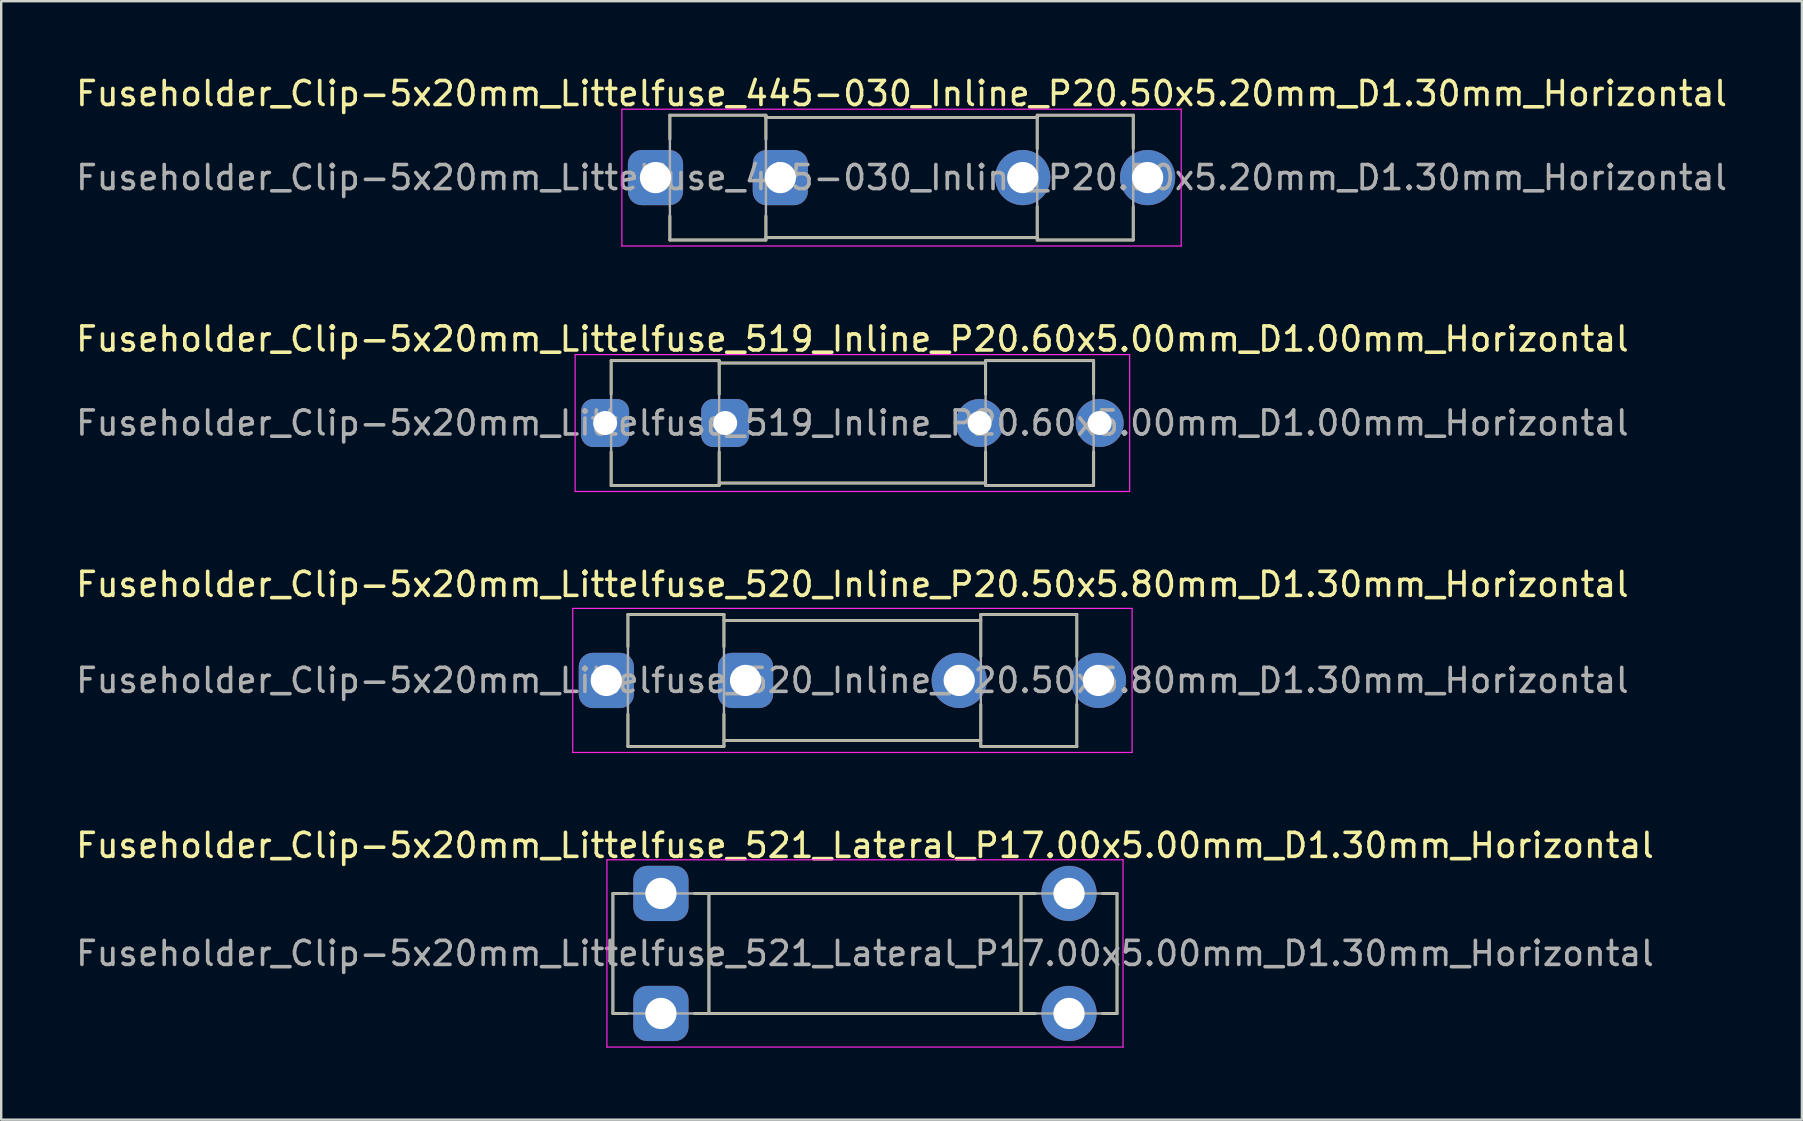
<source format=kicad_pcb>
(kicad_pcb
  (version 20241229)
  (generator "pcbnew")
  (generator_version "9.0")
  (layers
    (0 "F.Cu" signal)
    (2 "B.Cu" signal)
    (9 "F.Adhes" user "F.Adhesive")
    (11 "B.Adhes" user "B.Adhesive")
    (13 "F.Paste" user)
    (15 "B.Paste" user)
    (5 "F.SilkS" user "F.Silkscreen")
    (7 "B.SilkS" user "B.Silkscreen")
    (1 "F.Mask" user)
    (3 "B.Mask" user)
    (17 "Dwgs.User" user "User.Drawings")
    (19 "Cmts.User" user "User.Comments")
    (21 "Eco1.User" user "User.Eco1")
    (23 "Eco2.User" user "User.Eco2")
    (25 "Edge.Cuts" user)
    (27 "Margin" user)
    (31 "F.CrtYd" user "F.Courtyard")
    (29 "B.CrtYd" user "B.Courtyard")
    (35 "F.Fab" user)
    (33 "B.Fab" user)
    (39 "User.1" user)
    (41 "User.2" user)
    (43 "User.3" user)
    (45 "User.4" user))
  (footprint "Fuseholder_Clip-5x20mm_Littelfuse_519_Inline_P20.60x5.00mm_D1.00mm_Horizontal"
    (layer "F.Cu")
    (at 22.158 14.572)
    (property "Reference" "Fuseholder_Clip-5x20mm_Littelfuse_519_Inline_P20.60x5.00mm_D1.00mm_Horizontal" (at 10.3 -3.5 0) (layer "F.SilkS") (effects (font (size 1 1) (thickness 0.15))))
    (attr through_hole)
    (fp_line (start 0.25 -2.6) (end 0.25 -1.2) (stroke (width 0.12) (type solid)) (layer "F.SilkS"))
    (fp_line (start 0.25 2.6) (end 0.25 1.2) (stroke (width 0.12) (type solid)) (layer "F.SilkS"))
    (fp_line (start 4.75 -2.6) (end 0.25 -2.6) (stroke (width 0.12) (type solid)) (layer "F.SilkS"))
    (fp_line (start 4.75 -2.6) (end 4.75 -1.2) (stroke (width 0.12) (type solid)) (layer "F.SilkS"))
    (fp_line (start 4.75 2.6) (end 0.25 2.6) (stroke (width 0.12) (type solid)) (layer "F.SilkS"))
    (fp_line (start 4.75 2.6) (end 4.75 1.2) (stroke (width 0.12) (type solid)) (layer "F.SilkS"))
    (fp_line (start 15.85 -2.6) (end 15.85 -1.2) (stroke (width 0.12) (type solid)) (layer "F.SilkS"))
    (fp_line (start 15.85 -2.5) (end 4.75 -2.5) (stroke (width 0.12) (type solid)) (layer "F.SilkS"))
    (fp_line (start 15.85 2.5) (end 4.75 2.5) (stroke (width 0.12) (type solid)) (layer "F.SilkS"))
    (fp_line (start 15.85 2.6) (end 15.85 1.2) (stroke (width 0.12) (type solid)) (layer "F.SilkS"))
    (fp_line (start 15.85 2.6) (end 20.35 2.6) (stroke (width 0.12) (type solid)) (layer "F.SilkS"))
    (fp_line (start 20.35 -2.6) (end 15.85 -2.6) (stroke (width 0.12) (type solid)) (layer "F.SilkS"))
    (fp_line (start 20.35 -1.2) (end 20.35 -2.6) (stroke (width 0.12) (type solid)) (layer "F.SilkS"))
    (fp_line (start 20.35 1.2) (end 20.35 2.6) (stroke (width 0.12) (type solid)) (layer "F.SilkS"))
    (fp_line (start -1.25 -2.85) (end -1.25 2.85) (stroke (width 0.05) (type solid)) (layer "F.CrtYd"))
    (fp_line (start -1.25 -2.85) (end 21.85 -2.85) (stroke (width 0.05) (type solid)) (layer "F.CrtYd"))
    (fp_line (start 21.85 2.85) (end -1.25 2.85) (stroke (width 0.05) (type solid)) (layer "F.CrtYd"))
    (fp_line (start 21.85 2.85) (end 21.85 -2.85) (stroke (width 0.05) (type solid)) (layer "F.CrtYd"))
    (fp_line (start 0.25 -2.6) (end 4.75 -2.6) (stroke (width 0.1) (type solid)) (layer "F.Fab"))
    (fp_line (start 0.25 2.6) (end 0.25 -2.6) (stroke (width 0.1) (type solid)) (layer "F.Fab"))
    (fp_line (start 4.75 -2.6) (end 4.75 2.6) (stroke (width 0.1) (type solid)) (layer "F.Fab"))
    (fp_line (start 4.75 -2.5) (end 15.85 -2.5) (stroke (width 0.1) (type solid)) (layer "F.Fab"))
    (fp_line (start 4.75 2.6) (end 0.25 2.6) (stroke (width 0.1) (type solid)) (layer "F.Fab"))
    (fp_line (start 15.85 -2.6) (end 15.85 2.6) (stroke (width 0.1) (type solid)) (layer "F.Fab"))
    (fp_line (start 15.85 2.5) (end 4.75 2.5) (stroke (width 0.1) (type solid)) (layer "F.Fab"))
    (fp_line (start 15.85 2.6) (end 20.35 2.6) (stroke (width 0.1) (type solid)) (layer "F.Fab"))
    (fp_line (start 20.35 -2.6) (end 15.85 -2.6) (stroke (width 0.1) (type solid)) (layer "F.Fab"))
    (fp_line (start 20.35 2.6) (end 20.35 -2.6) (stroke (width 0.1) (type solid)) (layer "F.Fab"))
    (fp_text user "${REFERENCE}" (at 10.3 0 0) (layer "F.Fab") (effects (font (size 1 1) (thickness 0.15))))
    (pad "1" thru_hole roundrect (at 0 0) (size 2 2) (drill 1) (layers "*.Cu" "*.Mask") (roundrect_rratio 0.25))
    (pad "1" thru_hole roundrect (at 5 0) (size 2 2) (drill 1) (layers "*.Cu" "*.Mask") (roundrect_rratio 0.25))
    (pad "2" thru_hole circle (at 15.6 0) (size 2 2) (drill 1) (layers "*.Cu" "*.Mask"))
    (pad "2" thru_hole circle (at 20.6 0) (size 2 2) (drill 1) (layers "*.Cu" "*.Mask")))
  (footprint "Fuseholder_Clip-5x20mm_Littelfuse_520_Inline_P20.50x5.80mm_D1.30mm_Horizontal"
    (layer "F.Cu")
    (at 22.208 25.295)
    (property "Reference" "Fuseholder_Clip-5x20mm_Littelfuse_520_Inline_P20.50x5.80mm_D1.30mm_Horizontal" (at 10.25 -4 0) (layer "F.SilkS") (effects (font (size 1 1) (thickness 0.15))))
    (attr through_hole)
    (fp_line (start 0.9 -2.75) (end 0.9 -1.4) (stroke (width 0.12) (type solid)) (layer "F.SilkS"))
    (fp_line (start 0.9 2.75) (end 0.9 1.4) (stroke (width 0.12) (type solid)) (layer "F.SilkS"))
    (fp_line (start 4.9 -2.75) (end 0.9 -2.75) (stroke (width 0.12) (type solid)) (layer "F.SilkS"))
    (fp_line (start 4.9 -2.75) (end 4.9 -1.4) (stroke (width 0.12) (type solid)) (layer "F.SilkS"))
    (fp_line (start 4.9 2.75) (end 0.9 2.75) (stroke (width 0.12) (type solid)) (layer "F.SilkS"))
    (fp_line (start 4.9 2.75) (end 4.9 1.4) (stroke (width 0.12) (type solid)) (layer "F.SilkS"))
    (fp_line (start 15.6 -2.75) (end 15.6 -1) (stroke (width 0.12) (type solid)) (layer "F.SilkS"))
    (fp_line (start 15.6 -2.5) (end 4.9 -2.5) (stroke (width 0.12) (type solid)) (layer "F.SilkS"))
    (fp_line (start 15.6 2.5) (end 4.9 2.5) (stroke (width 0.12) (type solid)) (layer "F.SilkS"))
    (fp_line (start 15.6 2.75) (end 15.6 1) (stroke (width 0.12) (type solid)) (layer "F.SilkS"))
    (fp_line (start 15.6 2.75) (end 19.6 2.75) (stroke (width 0.12) (type solid)) (layer "F.SilkS"))
    (fp_line (start 19.6 -2.75) (end 15.6 -2.75) (stroke (width 0.12) (type solid)) (layer "F.SilkS"))
    (fp_line (start 19.6 -1) (end 19.6 -2.75) (stroke (width 0.12) (type solid)) (layer "F.SilkS"))
    (fp_line (start 19.6 1) (end 19.6 2.75) (stroke (width 0.12) (type solid)) (layer "F.SilkS"))
    (fp_line (start -1.4 -3) (end -1.4 3) (stroke (width 0.05) (type solid)) (layer "F.CrtYd"))
    (fp_line (start -1.4 -3) (end 21.9 -3) (stroke (width 0.05) (type solid)) (layer "F.CrtYd"))
    (fp_line (start 21.9 3) (end -1.4 3) (stroke (width 0.05) (type solid)) (layer "F.CrtYd"))
    (fp_line (start 21.9 3) (end 21.9 -3) (stroke (width 0.05) (type solid)) (layer "F.CrtYd"))
    (fp_line (start 0.9 -2.75) (end 4.9 -2.75) (stroke (width 0.1) (type solid)) (layer "F.Fab"))
    (fp_line (start 0.9 2.75) (end 0.9 -2.75) (stroke (width 0.1) (type solid)) (layer "F.Fab"))
    (fp_line (start 4.9 -2.75) (end 4.9 2.75) (stroke (width 0.1) (type solid)) (layer "F.Fab"))
    (fp_line (start 4.9 -2.5) (end 15.6 -2.5) (stroke (width 0.1) (type solid)) (layer "F.Fab"))
    (fp_line (start 4.9 2.75) (end 0.9 2.75) (stroke (width 0.1) (type solid)) (layer "F.Fab"))
    (fp_line (start 15.6 -2.75) (end 15.6 2.75) (stroke (width 0.1) (type solid)) (layer "F.Fab"))
    (fp_line (start 15.6 2.5) (end 4.9 2.5) (stroke (width 0.1) (type solid)) (layer "F.Fab"))
    (fp_line (start 15.6 2.75) (end 19.6 2.75) (stroke (width 0.1) (type solid)) (layer "F.Fab"))
    (fp_line (start 19.6 -2.75) (end 15.6 -2.75) (stroke (width 0.1) (type solid)) (layer "F.Fab"))
    (fp_line (start 19.6 2.75) (end 19.6 -2.75) (stroke (width 0.1) (type solid)) (layer "F.Fab"))
    (fp_text user "${REFERENCE}" (at 10.25 0 0) (layer "F.Fab") (effects (font (size 1 1) (thickness 0.15))))
    (pad "1" thru_hole roundrect (at 0 0) (size 2.3 2.3) (drill 1.3) (layers "*.Cu" "*.Mask") (roundrect_rratio 0.25))
    (pad "1" thru_hole roundrect (at 5.8 0) (size 2.3 2.3) (drill 1.3) (layers "*.Cu" "*.Mask") (roundrect_rratio 0.25))
    (pad "2" thru_hole circle (at 14.7 0) (size 2.3 2.3) (drill 1.3) (layers "*.Cu" "*.Mask"))
    (pad "2" thru_hole circle (at 20.5 0) (size 2.3 2.3) (drill 1.3) (layers "*.Cu" "*.Mask")))
  (footprint "Fuseholder_Clip-5x20mm_Littelfuse_445-030_Inline_P20.50x5.20mm_D1.30mm_Horizontal"
    (layer "F.Cu")
    (at 24.256 4.348)
    (property "Reference" "Fuseholder_Clip-5x20mm_Littelfuse_445-030_Inline_P20.50x5.20mm_D1.30mm_Horizontal" (at 10.25 -3.5 0) (layer "F.SilkS") (effects (font (size 1 1) (thickness 0.15))))
    (attr through_hole)
    (fp_line (start 0.6 -2.6) (end 0.6 -1.6) (stroke (width 0.12) (type solid)) (layer "F.SilkS"))
    (fp_line (start 0.6 2.6) (end 0.6 1.6) (stroke (width 0.12) (type solid)) (layer "F.SilkS"))
    (fp_line (start 4.6 -2.6) (end 0.6 -2.6) (stroke (width 0.12) (type solid)) (layer "F.SilkS"))
    (fp_line (start 4.6 -2.6) (end 4.6 -1.6) (stroke (width 0.12) (type solid)) (layer "F.SilkS"))
    (fp_line (start 4.6 2.6) (end 0.6 2.6) (stroke (width 0.12) (type solid)) (layer "F.SilkS"))
    (fp_line (start 4.6 2.6) (end 4.6 1.6) (stroke (width 0.12) (type solid)) (layer "F.SilkS"))
    (fp_line (start 15.9 -2.6) (end 15.9 -1.2) (stroke (width 0.12) (type solid)) (layer "F.SilkS"))
    (fp_line (start 15.9 -2.5) (end 4.6 -2.5) (stroke (width 0.12) (type solid)) (layer "F.SilkS"))
    (fp_line (start 15.9 2.5) (end 4.6 2.5) (stroke (width 0.12) (type solid)) (layer "F.SilkS"))
    (fp_line (start 15.9 2.6) (end 15.9 1.2) (stroke (width 0.12) (type solid)) (layer "F.SilkS"))
    (fp_line (start 15.9 2.6) (end 19.9 2.6) (stroke (width 0.12) (type solid)) (layer "F.SilkS"))
    (fp_line (start 19.9 -2.6) (end 15.9 -2.6) (stroke (width 0.12) (type solid)) (layer "F.SilkS"))
    (fp_line (start 19.9 -1.2) (end 19.9 -2.6) (stroke (width 0.12) (type solid)) (layer "F.SilkS"))
    (fp_line (start 19.9 1.2) (end 19.9 2.6) (stroke (width 0.12) (type solid)) (layer "F.SilkS"))
    (fp_line (start -1.4 -2.85) (end -1.4 2.85) (stroke (width 0.05) (type solid)) (layer "F.CrtYd"))
    (fp_line (start -1.4 -2.85) (end 21.9 -2.85) (stroke (width 0.05) (type solid)) (layer "F.CrtYd"))
    (fp_line (start 21.9 2.85) (end -1.4 2.85) (stroke (width 0.05) (type solid)) (layer "F.CrtYd"))
    (fp_line (start 21.9 2.85) (end 21.9 -2.85) (stroke (width 0.05) (type solid)) (layer "F.CrtYd"))
    (fp_line (start 0.6 -2.6) (end 4.6 -2.6) (stroke (width 0.1) (type solid)) (layer "F.Fab"))
    (fp_line (start 0.6 2.6) (end 0.6 -2.6) (stroke (width 0.1) (type solid)) (layer "F.Fab"))
    (fp_line (start 4.6 -2.6) (end 4.6 2.6) (stroke (width 0.1) (type solid)) (layer "F.Fab"))
    (fp_line (start 4.6 -2.5) (end 15.9 -2.5) (stroke (width 0.1) (type solid)) (layer "F.Fab"))
    (fp_line (start 4.6 2.6) (end 0.6 2.6) (stroke (width 0.1) (type solid)) (layer "F.Fab"))
    (fp_line (start 15.9 -2.6) (end 15.9 2.6) (stroke (width 0.1) (type solid)) (layer "F.Fab"))
    (fp_line (start 15.9 2.5) (end 4.6 2.5) (stroke (width 0.1) (type solid)) (layer "F.Fab"))
    (fp_line (start 15.9 2.6) (end 19.9 2.6) (stroke (width 0.1) (type solid)) (layer "F.Fab"))
    (fp_line (start 19.9 -2.6) (end 15.9 -2.6) (stroke (width 0.1) (type solid)) (layer "F.Fab"))
    (fp_line (start 19.9 2.6) (end 19.9 -2.6) (stroke (width 0.1) (type solid)) (layer "F.Fab"))
    (fp_text user "${REFERENCE}" (at 10.25 0 0) (layer "F.Fab") (effects (font (size 1 1) (thickness 0.15))))
    (pad "1" thru_hole roundrect (at 0 0) (size 2.3 2.3) (drill 1.3) (layers "*.Cu" "*.Mask") (roundrect_rratio 0.25))
    (pad "1" thru_hole roundrect (at 5.2 0) (size 2.3 2.3) (drill 1.3) (layers "*.Cu" "*.Mask") (roundrect_rratio 0.25))
    (pad "2" thru_hole circle (at 15.3 0) (size 2.3 2.3) (drill 1.3) (layers "*.Cu" "*.Mask"))
    (pad "2" thru_hole circle (at 20.5 0) (size 2.3 2.3) (drill 1.3) (layers "*.Cu" "*.Mask")))
  (footprint "Fuseholder_Clip-5x20mm_Littelfuse_521_Lateral_P17.00x5.00mm_D1.30mm_Horizontal"
    (layer "F.Cu")
    (at 24.482 34.168)
    (property "Reference" "Fuseholder_Clip-5x20mm_Littelfuse_521_Lateral_P17.00x5.00mm_D1.30mm_Horizontal" (at 8.5 -2 0) (layer "F.SilkS") (effects (font (size 1 1) (thickness 0.15))))
    (attr through_hole)
    (fp_line (start -2 5) (end -2 0) (stroke (width 0.12) (type solid)) (layer "F.SilkS"))
    (fp_line (start -1.4 0) (end -2 0) (stroke (width 0.12) (type solid)) (layer "F.SilkS"))
    (fp_line (start -1.4 5) (end -2 5) (stroke (width 0.12) (type solid)) (layer "F.SilkS"))
    (fp_line (start 2 0) (end 2 5) (stroke (width 0.12) (type solid)) (layer "F.SilkS"))
    (fp_line (start 15 0) (end 15 5) (stroke (width 0.12) (type solid)) (layer "F.SilkS"))
    (fp_line (start 15.6 0) (end 1.4 0) (stroke (width 0.12) (type solid)) (layer "F.SilkS"))
    (fp_line (start 15.6 5) (end 1.4 5) (stroke (width 0.12) (type solid)) (layer "F.SilkS"))
    (fp_line (start 18.4 0) (end 19 0) (stroke (width 0.12) (type solid)) (layer "F.SilkS"))
    (fp_line (start 18.4 5) (end 19 5) (stroke (width 0.12) (type solid)) (layer "F.SilkS"))
    (fp_line (start 19 0) (end 19 5) (stroke (width 0.12) (type solid)) (layer "F.SilkS"))
    (fp_line (start -2.25 -1.4) (end -2.25 6.4) (stroke (width 0.05) (type solid)) (layer "F.CrtYd"))
    (fp_line (start -2.25 -1.4) (end 19.25 -1.4) (stroke (width 0.05) (type solid)) (layer "F.CrtYd"))
    (fp_line (start 19.25 6.4) (end -2.25 6.4) (stroke (width 0.05) (type solid)) (layer "F.CrtYd"))
    (fp_line (start 19.25 6.4) (end 19.25 -1.4) (stroke (width 0.05) (type solid)) (layer "F.CrtYd"))
    (fp_line (start -2 0) (end 19 0) (stroke (width 0.1) (type solid)) (layer "F.Fab"))
    (fp_line (start -2 5) (end -2 0) (stroke (width 0.1) (type solid)) (layer "F.Fab"))
    (fp_line (start 2 0) (end 2 5) (stroke (width 0.1) (type solid)) (layer "F.Fab"))
    (fp_line (start 15 0) (end 15 5) (stroke (width 0.1) (type solid)) (layer "F.Fab"))
    (fp_line (start 19 5) (end -2 5) (stroke (width 0.1) (type solid)) (layer "F.Fab"))
    (fp_line (start 19 5) (end 19 0) (stroke (width 0.1) (type solid)) (layer "F.Fab"))
    (fp_text user "${REFERENCE}" (at 8.5 2.5 0) (layer "F.Fab") (effects (font (size 1 1) (thickness 0.15))))
    (pad "1" thru_hole roundrect (at 0 0) (size 2.3 2.3) (drill 1.3) (layers "*.Cu" "*.Mask") (roundrect_rratio 0.25))
    (pad "1" thru_hole roundrect (at 0 5) (size 2.3 2.3) (drill 1.3) (layers "*.Cu" "*.Mask") (roundrect_rratio 0.25))
    (pad "2" thru_hole circle (at 17 0) (size 2.3 2.3) (drill 1.3) (layers "*.Cu" "*.Mask"))
    (pad "2" thru_hole circle (at 17 5) (size 2.3 2.3) (drill 1.3) (layers "*.Cu" "*.Mask")))
  (gr_rect
    (start -3 -3)
    (end 72.012 43.593)
    (stroke (width 0.1) (type default))
    (fill no)
    (layer "Edge.Cuts")))
</source>
